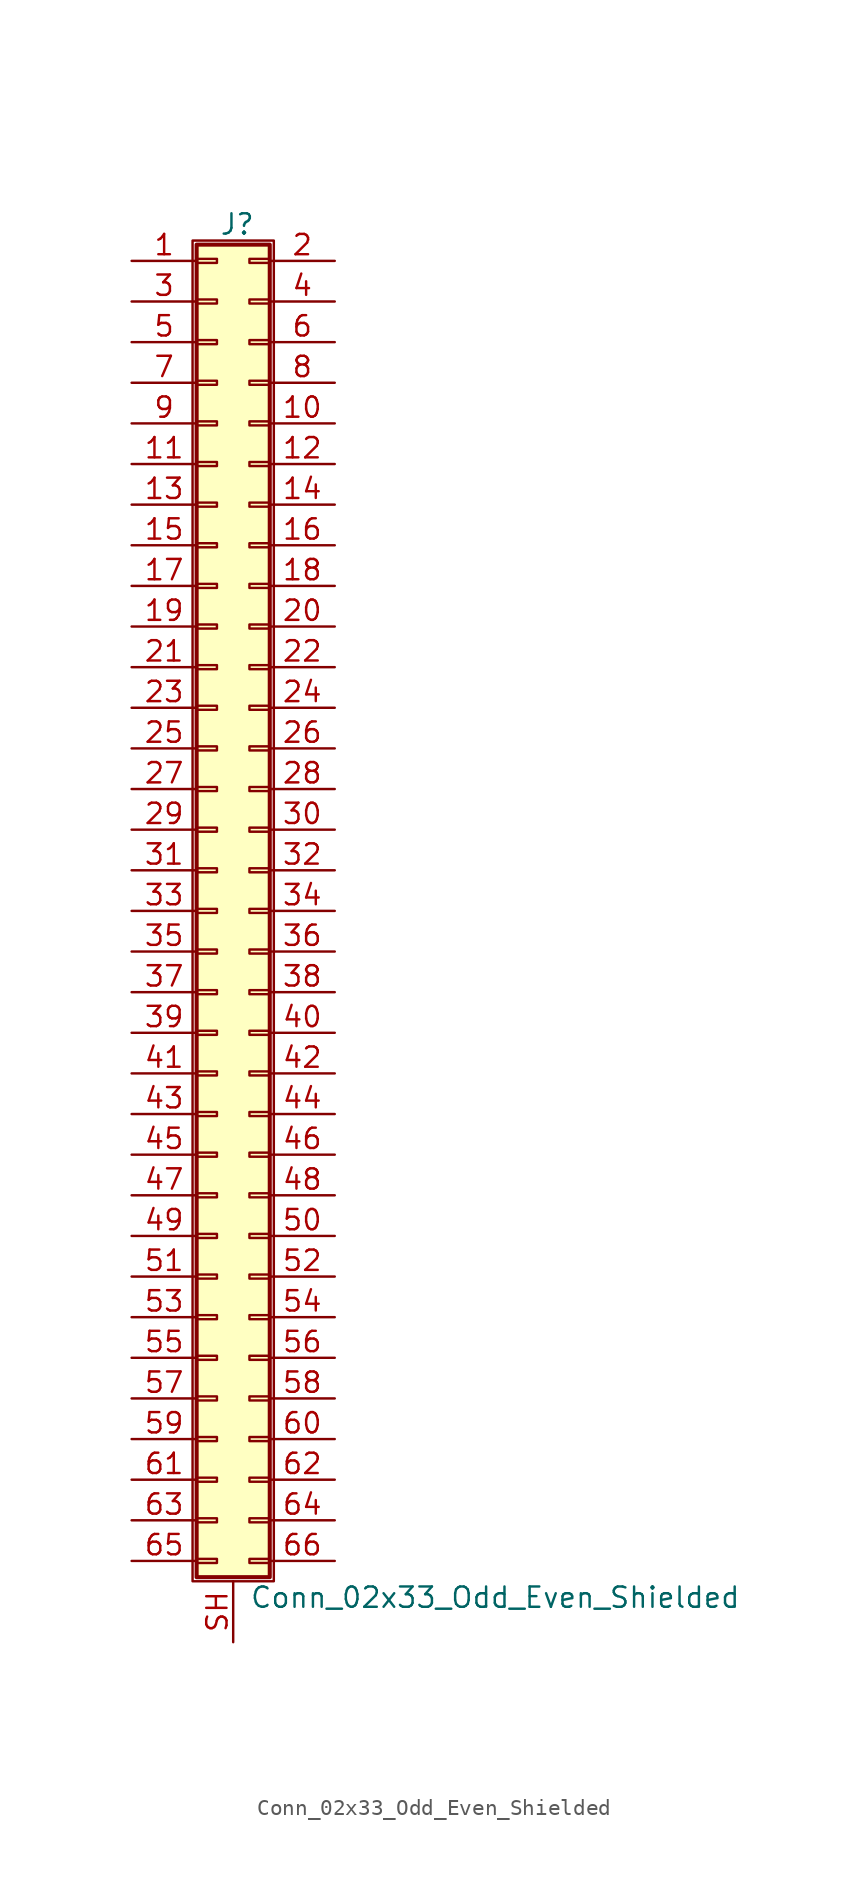
<source format=kicad_sym>
(kicad_symbol_lib
  (version 20201005)
  (generator kicad_symbol_editor)
  (symbol "Conn_02x33_Odd_Even_Shielded"
    (pin_names
      (offset 1.016) hide)
    (property "Reference" "J"
      (at 1.524 42.926 0)
      (effects (font (size 1.27 1.27))))
    (property "Value" "Conn_02x33_Odd_Even_Shielded"
      (at 2.286 -42.926 0)
      (effects (font (size 1.27 1.27)) (justify left)))
    (symbol "Conn_02x33_Odd_Even_Shielded_1_1"
      (rectangle (start -1.27 41.91) (end 3.81 -41.91) (stroke (width 0.152)) (fill (type none)))
      (rectangle (start -1.016 -40.513) (end 0.254 -40.767) (stroke (width 0.152)) (fill (type none)))
      (rectangle (start -1.016 -37.973) (end 0.254 -38.227) (stroke (width 0.152)) (fill (type none)))
      (rectangle (start -1.016 -35.433) (end 0.254 -35.687) (stroke (width 0.152)) (fill (type none)))
      (rectangle (start -1.016 -32.893) (end 0.254 -33.147) (stroke (width 0.152)) (fill (type none)))
      (rectangle (start -1.016 -30.353) (end 0.254 -30.607) (stroke (width 0.152)) (fill (type none)))
      (rectangle (start -1.016 -27.813) (end 0.254 -28.067) (stroke (width 0.152)) (fill (type none)))
      (rectangle (start -1.016 -25.273) (end 0.254 -25.527) (stroke (width 0.152)) (fill (type none)))
      (rectangle (start -1.016 -22.733) (end 0.254 -22.987) (stroke (width 0.152)) (fill (type none)))
      (rectangle (start -1.016 -20.193) (end 0.254 -20.447) (stroke (width 0.152)) (fill (type none)))
      (rectangle (start -1.016 -17.653) (end 0.254 -17.907) (stroke (width 0.152)) (fill (type none)))
      (rectangle (start -1.016 -15.113) (end 0.254 -15.367) (stroke (width 0.152)) (fill (type none)))
      (rectangle (start -1.016 -12.573) (end 0.254 -12.827) (stroke (width 0.152)) (fill (type none)))
      (rectangle (start -1.016 -10.033) (end 0.254 -10.287) (stroke (width 0.152)) (fill (type none)))
      (rectangle (start -1.016 -7.493) (end 0.254 -7.747) (stroke (width 0.152)) (fill (type none)))
      (rectangle (start -1.016 -4.953) (end 0.254 -5.207) (stroke (width 0.152)) (fill (type none)))
      (rectangle (start -1.016 -2.413) (end 0.254 -2.667) (stroke (width 0.152)) (fill (type none)))
      (rectangle (start -1.016 0.127) (end 0.254 -0.127) (stroke (width 0.152)) (fill (type none)))
      (rectangle (start -1.016 2.667) (end 0.254 2.413) (stroke (width 0.152)) (fill (type none)))
      (rectangle (start -1.016 5.207) (end 0.254 4.953) (stroke (width 0.152)) (fill (type none)))
      (rectangle (start -1.016 7.747) (end 0.254 7.493) (stroke (width 0.152)) (fill (type none)))
      (rectangle (start -1.016 10.287) (end 0.254 10.033) (stroke (width 0.152)) (fill (type none)))
      (rectangle (start -1.016 12.827) (end 0.254 12.573) (stroke (width 0.152)) (fill (type none)))
      (rectangle (start -1.016 15.367) (end 0.254 15.113) (stroke (width 0.152)) (fill (type none)))
      (rectangle (start -1.016 17.907) (end 0.254 17.653) (stroke (width 0.152)) (fill (type none)))
      (rectangle (start -1.016 20.447) (end 0.254 20.193) (stroke (width 0.152)) (fill (type none)))
      (rectangle (start -1.016 22.987) (end 0.254 22.733) (stroke (width 0.152)) (fill (type none)))
      (rectangle (start -1.016 25.527) (end 0.254 25.273) (stroke (width 0.152)) (fill (type none)))
      (rectangle (start -1.016 28.067) (end 0.254 27.813) (stroke (width 0.152)) (fill (type none)))
      (rectangle (start -1.016 30.607) (end 0.254 30.353) (stroke (width 0.152)) (fill (type none)))
      (rectangle (start -1.016 33.147) (end 0.254 32.893) (stroke (width 0.152)) (fill (type none)))
      (rectangle (start -1.016 35.687) (end 0.254 35.433) (stroke (width 0.152)) (fill (type none)))
      (rectangle (start -1.016 38.227) (end 0.254 37.973) (stroke (width 0.152)) (fill (type none)))
      (rectangle (start -1.016 40.767) (end 0.254 40.513) (stroke (width 0.152)) (fill (type none)))
      (rectangle (start 3.556 -40.513) (end 2.286 -40.767) (stroke (width 0.152)) (fill (type none)))
      (rectangle (start 3.556 -37.973) (end 2.286 -38.227) (stroke (width 0.152)) (fill (type none)))
      (rectangle (start 3.556 -35.433) (end 2.286 -35.687) (stroke (width 0.152)) (fill (type none)))
      (rectangle (start 3.556 -32.893) (end 2.286 -33.147) (stroke (width 0.152)) (fill (type none)))
      (rectangle (start 3.556 -30.353) (end 2.286 -30.607) (stroke (width 0.152)) (fill (type none)))
      (rectangle (start 3.556 -27.813) (end 2.286 -28.067) (stroke (width 0.152)) (fill (type none)))
      (rectangle (start 3.556 -25.273) (end 2.286 -25.527) (stroke (width 0.152)) (fill (type none)))
      (rectangle (start 3.556 -22.733) (end 2.286 -22.987) (stroke (width 0.152)) (fill (type none)))
      (rectangle (start 3.556 -20.193) (end 2.286 -20.447) (stroke (width 0.152)) (fill (type none)))
      (rectangle (start 3.556 -17.653) (end 2.286 -17.907) (stroke (width 0.152)) (fill (type none)))
      (rectangle (start 3.556 -15.113) (end 2.286 -15.367) (stroke (width 0.152)) (fill (type none)))
      (rectangle (start 3.556 -12.573) (end 2.286 -12.827) (stroke (width 0.152)) (fill (type none)))
      (rectangle (start 3.556 -10.033) (end 2.286 -10.287) (stroke (width 0.152)) (fill (type none)))
      (rectangle (start 3.556 -7.493) (end 2.286 -7.747) (stroke (width 0.152)) (fill (type none)))
      (rectangle (start 3.556 -4.953) (end 2.286 -5.207) (stroke (width 0.152)) (fill (type none)))
      (rectangle (start 3.556 -2.413) (end 2.286 -2.667) (stroke (width 0.152)) (fill (type none)))
      (rectangle (start 3.556 0.127) (end 2.286 -0.127) (stroke (width 0.152)) (fill (type none)))
      (rectangle (start 3.556 2.667) (end 2.286 2.413) (stroke (width 0.152)) (fill (type none)))
      (rectangle (start 3.556 5.207) (end 2.286 4.953) (stroke (width 0.152)) (fill (type none)))
      (rectangle (start 3.556 7.747) (end 2.286 7.493) (stroke (width 0.152)) (fill (type none)))
      (rectangle (start 3.556 10.287) (end 2.286 10.033) (stroke (width 0.152)) (fill (type none)))
      (rectangle (start 3.556 12.827) (end 2.286 12.573) (stroke (width 0.152)) (fill (type none)))
      (rectangle (start 3.556 15.367) (end 2.286 15.113) (stroke (width 0.152)) (fill (type none)))
      (rectangle (start 3.556 17.907) (end 2.286 17.653) (stroke (width 0.152)) (fill (type none)))
      (rectangle (start 3.556 20.447) (end 2.286 20.193) (stroke (width 0.152)) (fill (type none)))
      (rectangle (start 3.556 22.987) (end 2.286 22.733) (stroke (width 0.152)) (fill (type none)))
      (rectangle (start 3.556 25.527) (end 2.286 25.273) (stroke (width 0.152)) (fill (type none)))
      (rectangle (start 3.556 28.067) (end 2.286 27.813) (stroke (width 0.152)) (fill (type none)))
      (rectangle (start 3.556 30.607) (end 2.286 30.353) (stroke (width 0.152)) (fill (type none)))
      (rectangle (start 3.556 33.147) (end 2.286 32.893) (stroke (width 0.152)) (fill (type none)))
      (rectangle (start 3.556 35.687) (end 2.286 35.433) (stroke (width 0.152)) (fill (type none)))
      (rectangle (start 3.556 38.227) (end 2.286 37.973) (stroke (width 0.152)) (fill (type none)))
      (rectangle (start 3.556 40.767) (end 2.286 40.513) (stroke (width 0.152)) (fill (type none)))
      (rectangle (start -1.016 41.656) (end 3.556 -41.656) (stroke (width 0.254)) (fill (type background)))
      (pin passive line (at -5.08 40.64 0) (length 4.064) (name "Pin_1" (effects (font (size 1.27 1.27)))) (number "1" (effects (font (size 1.27 1.27)))))
      (pin passive line (at 7.62 30.48 180) (length 4.064) (name "Pin_10" (effects (font (size 1.27 1.27)))) (number "10" (effects (font (size 1.27 1.27)))))
      (pin passive line (at -5.08 27.94 0) (length 4.064) (name "Pin_11" (effects (font (size 1.27 1.27)))) (number "11" (effects (font (size 1.27 1.27)))))
      (pin passive line (at 7.62 27.94 180) (length 4.064) (name "Pin_12" (effects (font (size 1.27 1.27)))) (number "12" (effects (font (size 1.27 1.27)))))
      (pin passive line (at -5.08 25.4 0) (length 4.064) (name "Pin_13" (effects (font (size 1.27 1.27)))) (number "13" (effects (font (size 1.27 1.27)))))
      (pin passive line (at 7.62 25.4 180) (length 4.064) (name "Pin_14" (effects (font (size 1.27 1.27)))) (number "14" (effects (font (size 1.27 1.27)))))
      (pin passive line (at -5.08 22.86 0) (length 4.064) (name "Pin_15" (effects (font (size 1.27 1.27)))) (number "15" (effects (font (size 1.27 1.27)))))
      (pin passive line (at 7.62 22.86 180) (length 4.064) (name "Pin_16" (effects (font (size 1.27 1.27)))) (number "16" (effects (font (size 1.27 1.27)))))
      (pin passive line (at -5.08 20.32 0) (length 4.064) (name "Pin_17" (effects (font (size 1.27 1.27)))) (number "17" (effects (font (size 1.27 1.27)))))
      (pin passive line (at 7.62 20.32 180) (length 4.064) (name "Pin_18" (effects (font (size 1.27 1.27)))) (number "18" (effects (font (size 1.27 1.27)))))
      (pin passive line (at -5.08 17.78 0) (length 4.064) (name "Pin_19" (effects (font (size 1.27 1.27)))) (number "19" (effects (font (size 1.27 1.27)))))
      (pin passive line (at 7.62 40.64 180) (length 4.064) (name "Pin_2" (effects (font (size 1.27 1.27)))) (number "2" (effects (font (size 1.27 1.27)))))
      (pin passive line (at 7.62 17.78 180) (length 4.064) (name "Pin_20" (effects (font (size 1.27 1.27)))) (number "20" (effects (font (size 1.27 1.27)))))
      (pin passive line (at -5.08 15.24 0) (length 4.064) (name "Pin_21" (effects (font (size 1.27 1.27)))) (number "21" (effects (font (size 1.27 1.27)))))
      (pin passive line (at 7.62 15.24 180) (length 4.064) (name "Pin_22" (effects (font (size 1.27 1.27)))) (number "22" (effects (font (size 1.27 1.27)))))
      (pin passive line (at -5.08 12.7 0) (length 4.064) (name "Pin_23" (effects (font (size 1.27 1.27)))) (number "23" (effects (font (size 1.27 1.27)))))
      (pin passive line (at 7.62 12.7 180) (length 4.064) (name "Pin_24" (effects (font (size 1.27 1.27)))) (number "24" (effects (font (size 1.27 1.27)))))
      (pin passive line (at -5.08 10.16 0) (length 4.064) (name "Pin_25" (effects (font (size 1.27 1.27)))) (number "25" (effects (font (size 1.27 1.27)))))
      (pin passive line (at 7.62 10.16 180) (length 4.064) (name "Pin_26" (effects (font (size 1.27 1.27)))) (number "26" (effects (font (size 1.27 1.27)))))
      (pin passive line (at -5.08 7.62 0) (length 4.064) (name "Pin_27" (effects (font (size 1.27 1.27)))) (number "27" (effects (font (size 1.27 1.27)))))
      (pin passive line (at 7.62 7.62 180) (length 4.064) (name "Pin_28" (effects (font (size 1.27 1.27)))) (number "28" (effects (font (size 1.27 1.27)))))
      (pin passive line (at -5.08 5.08 0) (length 4.064) (name "Pin_29" (effects (font (size 1.27 1.27)))) (number "29" (effects (font (size 1.27 1.27)))))
      (pin passive line (at -5.08 38.1 0) (length 4.064) (name "Pin_3" (effects (font (size 1.27 1.27)))) (number "3" (effects (font (size 1.27 1.27)))))
      (pin passive line (at 7.62 5.08 180) (length 4.064) (name "Pin_30" (effects (font (size 1.27 1.27)))) (number "30" (effects (font (size 1.27 1.27)))))
      (pin passive line (at -5.08 2.54 0) (length 4.064) (name "Pin_31" (effects (font (size 1.27 1.27)))) (number "31" (effects (font (size 1.27 1.27)))))
      (pin passive line (at 7.62 2.54 180) (length 4.064) (name "Pin_32" (effects (font (size 1.27 1.27)))) (number "32" (effects (font (size 1.27 1.27)))))
      (pin passive line (at -5.08 0 0) (length 4.064) (name "Pin_33" (effects (font (size 1.27 1.27)))) (number "33" (effects (font (size 1.27 1.27)))))
      (pin passive line (at 7.62 0 180) (length 4.064) (name "Pin_34" (effects (font (size 1.27 1.27)))) (number "34" (effects (font (size 1.27 1.27)))))
      (pin passive line (at -5.08 -2.54 0) (length 4.064) (name "Pin_35" (effects (font (size 1.27 1.27)))) (number "35" (effects (font (size 1.27 1.27)))))
      (pin passive line (at 7.62 -2.54 180) (length 4.064) (name "Pin_36" (effects (font (size 1.27 1.27)))) (number "36" (effects (font (size 1.27 1.27)))))
      (pin passive line (at -5.08 -5.08 0) (length 4.064) (name "Pin_37" (effects (font (size 1.27 1.27)))) (number "37" (effects (font (size 1.27 1.27)))))
      (pin passive line (at 7.62 -5.08 180) (length 4.064) (name "Pin_38" (effects (font (size 1.27 1.27)))) (number "38" (effects (font (size 1.27 1.27)))))
      (pin passive line (at -5.08 -7.62 0) (length 4.064) (name "Pin_39" (effects (font (size 1.27 1.27)))) (number "39" (effects (font (size 1.27 1.27)))))
      (pin passive line (at 7.62 38.1 180) (length 4.064) (name "Pin_4" (effects (font (size 1.27 1.27)))) (number "4" (effects (font (size 1.27 1.27)))))
      (pin passive line (at 7.62 -7.62 180) (length 4.064) (name "Pin_40" (effects (font (size 1.27 1.27)))) (number "40" (effects (font (size 1.27 1.27)))))
      (pin passive line (at -5.08 -10.16 0) (length 4.064) (name "Pin_41" (effects (font (size 1.27 1.27)))) (number "41" (effects (font (size 1.27 1.27)))))
      (pin passive line (at 7.62 -10.16 180) (length 4.064) (name "Pin_42" (effects (font (size 1.27 1.27)))) (number "42" (effects (font (size 1.27 1.27)))))
      (pin passive line (at -5.08 -12.7 0) (length 4.064) (name "Pin_43" (effects (font (size 1.27 1.27)))) (number "43" (effects (font (size 1.27 1.27)))))
      (pin passive line (at 7.62 -12.7 180) (length 4.064) (name "Pin_44" (effects (font (size 1.27 1.27)))) (number "44" (effects (font (size 1.27 1.27)))))
      (pin passive line (at -5.08 -15.24 0) (length 4.064) (name "Pin_45" (effects (font (size 1.27 1.27)))) (number "45" (effects (font (size 1.27 1.27)))))
      (pin passive line (at 7.62 -15.24 180) (length 4.064) (name "Pin_46" (effects (font (size 1.27 1.27)))) (number "46" (effects (font (size 1.27 1.27)))))
      (pin passive line (at -5.08 -17.78 0) (length 4.064) (name "Pin_47" (effects (font (size 1.27 1.27)))) (number "47" (effects (font (size 1.27 1.27)))))
      (pin passive line (at 7.62 -17.78 180) (length 4.064) (name "Pin_48" (effects (font (size 1.27 1.27)))) (number "48" (effects (font (size 1.27 1.27)))))
      (pin passive line (at -5.08 -20.32 0) (length 4.064) (name "Pin_49" (effects (font (size 1.27 1.27)))) (number "49" (effects (font (size 1.27 1.27)))))
      (pin passive line (at -5.08 35.56 0) (length 4.064) (name "Pin_5" (effects (font (size 1.27 1.27)))) (number "5" (effects (font (size 1.27 1.27)))))
      (pin passive line (at 7.62 -20.32 180) (length 4.064) (name "Pin_50" (effects (font (size 1.27 1.27)))) (number "50" (effects (font (size 1.27 1.27)))))
      (pin passive line (at -5.08 -22.86 0) (length 4.064) (name "Pin_51" (effects (font (size 1.27 1.27)))) (number "51" (effects (font (size 1.27 1.27)))))
      (pin passive line (at 7.62 -22.86 180) (length 4.064) (name "Pin_52" (effects (font (size 1.27 1.27)))) (number "52" (effects (font (size 1.27 1.27)))))
      (pin passive line (at -5.08 -25.4 0) (length 4.064) (name "Pin_53" (effects (font (size 1.27 1.27)))) (number "53" (effects (font (size 1.27 1.27)))))
      (pin passive line (at 7.62 -25.4 180) (length 4.064) (name "Pin_54" (effects (font (size 1.27 1.27)))) (number "54" (effects (font (size 1.27 1.27)))))
      (pin passive line (at -5.08 -27.94 0) (length 4.064) (name "Pin_55" (effects (font (size 1.27 1.27)))) (number "55" (effects (font (size 1.27 1.27)))))
      (pin passive line (at 7.62 -27.94 180) (length 4.064) (name "Pin_56" (effects (font (size 1.27 1.27)))) (number "56" (effects (font (size 1.27 1.27)))))
      (pin passive line (at -5.08 -30.48 0) (length 4.064) (name "Pin_57" (effects (font (size 1.27 1.27)))) (number "57" (effects (font (size 1.27 1.27)))))
      (pin passive line (at 7.62 -30.48 180) (length 4.064) (name "Pin_58" (effects (font (size 1.27 1.27)))) (number "58" (effects (font (size 1.27 1.27)))))
      (pin passive line (at -5.08 -33.02 0) (length 4.064) (name "Pin_59" (effects (font (size 1.27 1.27)))) (number "59" (effects (font (size 1.27 1.27)))))
      (pin passive line (at 7.62 35.56 180) (length 4.064) (name "Pin_6" (effects (font (size 1.27 1.27)))) (number "6" (effects (font (size 1.27 1.27)))))
      (pin passive line (at 7.62 -33.02 180) (length 4.064) (name "Pin_60" (effects (font (size 1.27 1.27)))) (number "60" (effects (font (size 1.27 1.27)))))
      (pin passive line (at -5.08 -35.56 0) (length 4.064) (name "Pin_61" (effects (font (size 1.27 1.27)))) (number "61" (effects (font (size 1.27 1.27)))))
      (pin passive line (at 7.62 -35.56 180) (length 4.064) (name "Pin_62" (effects (font (size 1.27 1.27)))) (number "62" (effects (font (size 1.27 1.27)))))
      (pin passive line (at -5.08 -38.1 0) (length 4.064) (name "Pin_63" (effects (font (size 1.27 1.27)))) (number "63" (effects (font (size 1.27 1.27)))))
      (pin passive line (at 7.62 -38.1 180) (length 4.064) (name "Pin_64" (effects (font (size 1.27 1.27)))) (number "64" (effects (font (size 1.27 1.27)))))
      (pin passive line (at -5.08 -40.64 0) (length 4.064) (name "Pin_65" (effects (font (size 1.27 1.27)))) (number "65" (effects (font (size 1.27 1.27)))))
      (pin passive line (at 7.62 -40.64 180) (length 4.064) (name "Pin_66" (effects (font (size 1.27 1.27)))) (number "66" (effects (font (size 1.27 1.27)))))
      (pin passive line (at -5.08 33.02 0) (length 4.064) (name "Pin_7" (effects (font (size 1.27 1.27)))) (number "7" (effects (font (size 1.27 1.27)))))
      (pin passive line (at 7.62 33.02 180) (length 4.064) (name "Pin_8" (effects (font (size 1.27 1.27)))) (number "8" (effects (font (size 1.27 1.27)))))
      (pin passive line (at -5.08 30.48 0) (length 4.064) (name "Pin_9" (effects (font (size 1.27 1.27)))) (number "9" (effects (font (size 1.27 1.27)))))
      (pin passive line (at 1.27 -45.72 90) (length 3.81) (name "Shield" (effects (font (size 1.27 1.27)))) (number "SH" (effects (font (size 1.27 1.27))))))))
</source>
